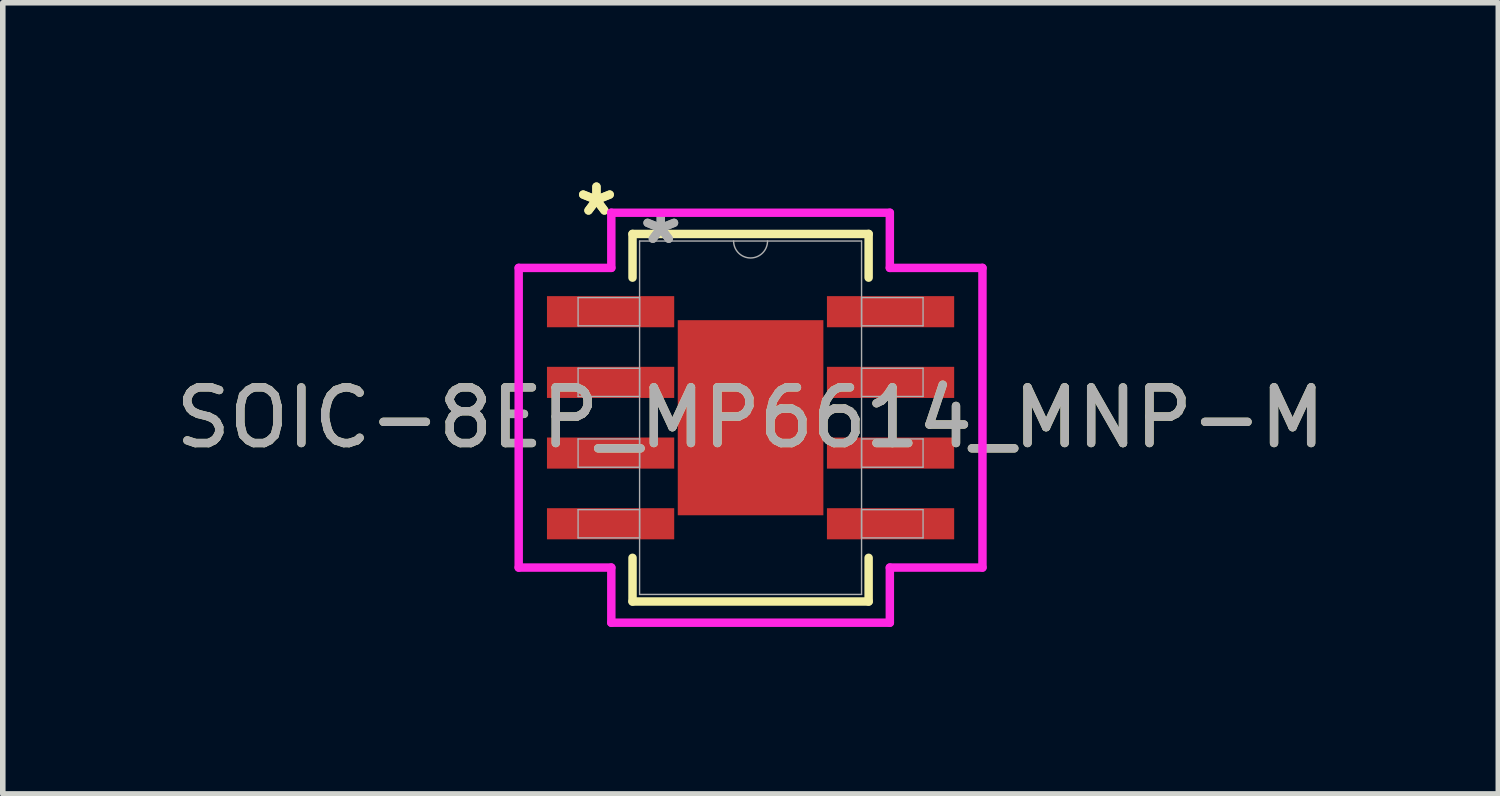
<source format=kicad_pcb>
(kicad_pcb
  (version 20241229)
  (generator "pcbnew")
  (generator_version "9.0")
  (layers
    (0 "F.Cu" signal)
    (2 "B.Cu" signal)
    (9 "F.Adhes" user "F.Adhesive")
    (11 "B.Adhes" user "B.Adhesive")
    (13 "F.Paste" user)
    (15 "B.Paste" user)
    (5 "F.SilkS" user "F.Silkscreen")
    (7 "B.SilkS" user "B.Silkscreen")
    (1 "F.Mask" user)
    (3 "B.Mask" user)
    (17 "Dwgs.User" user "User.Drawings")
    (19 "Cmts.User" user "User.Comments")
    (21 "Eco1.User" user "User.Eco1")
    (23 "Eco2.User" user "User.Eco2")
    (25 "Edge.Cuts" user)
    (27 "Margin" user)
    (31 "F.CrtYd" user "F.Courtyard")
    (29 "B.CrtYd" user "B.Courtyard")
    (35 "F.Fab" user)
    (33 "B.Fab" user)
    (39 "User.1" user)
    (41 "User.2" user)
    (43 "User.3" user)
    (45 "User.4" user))
  (footprint "SOIC-8EP_MP6614_MNP-M"
    (layer "F.Cu")
    (at 10.435 4.455)
    (property "Reference" "SOIC-8EP_MP6614_MNP-M" (at 0 0 0) (unlocked yes) (layer "F.SilkS") (effects (font (size 1 1) (thickness 0.15))))
    (attr smd)
    (fp_line (start -2.121 -3.302) (end -2.121 -2.517) (stroke (width 0.152) (type solid)) (layer "F.SilkS"))
    (fp_line (start -2.121 2.517) (end -2.121 3.302) (stroke (width 0.152) (type solid)) (layer "F.SilkS"))
    (fp_line (start -2.121 3.302) (end 2.121 3.302) (stroke (width 0.152) (type solid)) (layer "F.SilkS"))
    (fp_line (start 2.121 -3.302) (end -2.121 -3.302) (stroke (width 0.152) (type solid)) (layer "F.SilkS"))
    (fp_line (start 2.121 -2.517) (end 2.121 -3.302) (stroke (width 0.152) (type solid)) (layer "F.SilkS"))
    (fp_line (start 2.121 3.302) (end 2.121 2.517) (stroke (width 0.152) (type solid)) (layer "F.SilkS"))
    (fp_poly (pts (xy -1.208 -1.653) (xy -1.208 -0.1) (xy -0.1 -0.1) (xy -0.1 -1.653)) (stroke (width 0) (type solid)) (fill yes) (layer "F.Paste"))
    (fp_poly (pts (xy -1.208 0.1) (xy -1.208 1.653) (xy -0.1 1.653) (xy -0.1 0.1)) (stroke (width 0) (type solid)) (fill yes) (layer "F.Paste"))
    (fp_poly (pts (xy 0.1 -1.653) (xy 0.1 -0.1) (xy 1.208 -0.1) (xy 1.208 -1.653)) (stroke (width 0) (type solid)) (fill yes) (layer "F.Paste"))
    (fp_poly (pts (xy 0.1 0.1) (xy 0.1 1.653) (xy 1.208 1.653) (xy 1.208 0.1)) (stroke (width 0) (type solid)) (fill yes) (layer "F.Paste"))
    (fp_line (start -4.166 -2.692) (end -2.502 -2.692) (stroke (width 0.152) (type solid)) (layer "F.CrtYd"))
    (fp_line (start -4.166 2.692) (end -4.166 -2.692) (stroke (width 0.152) (type solid)) (layer "F.CrtYd"))
    (fp_line (start -4.166 2.692) (end -2.502 2.692) (stroke (width 0.152) (type solid)) (layer "F.CrtYd"))
    (fp_line (start -2.502 -3.683) (end 2.502 -3.683) (stroke (width 0.152) (type solid)) (layer "F.CrtYd"))
    (fp_line (start -2.502 -2.692) (end -2.502 -3.683) (stroke (width 0.152) (type solid)) (layer "F.CrtYd"))
    (fp_line (start -2.502 3.683) (end -2.502 2.692) (stroke (width 0.152) (type solid)) (layer "F.CrtYd"))
    (fp_line (start 2.502 -3.683) (end 2.502 -2.692) (stroke (width 0.152) (type solid)) (layer "F.CrtYd"))
    (fp_line (start 2.502 2.692) (end 2.502 3.683) (stroke (width 0.152) (type solid)) (layer "F.CrtYd"))
    (fp_line (start 2.502 3.683) (end -2.502 3.683) (stroke (width 0.152) (type solid)) (layer "F.CrtYd"))
    (fp_line (start 4.166 -2.692) (end 2.502 -2.692) (stroke (width 0.152) (type solid)) (layer "F.CrtYd"))
    (fp_line (start 4.166 -2.692) (end 4.166 2.692) (stroke (width 0.152) (type solid)) (layer "F.CrtYd"))
    (fp_line (start 4.166 2.692) (end 2.502 2.692) (stroke (width 0.152) (type solid)) (layer "F.CrtYd"))
    (fp_line (start -3.099 -2.159) (end -3.099 -1.651) (stroke (width 0.025) (type solid)) (layer "F.Fab"))
    (fp_line (start -3.099 -1.651) (end -1.994 -1.651) (stroke (width 0.025) (type solid)) (layer "F.Fab"))
    (fp_line (start -3.099 -0.889) (end -3.099 -0.381) (stroke (width 0.025) (type solid)) (layer "F.Fab"))
    (fp_line (start -3.099 -0.381) (end -1.994 -0.381) (stroke (width 0.025) (type solid)) (layer "F.Fab"))
    (fp_line (start -3.099 0.381) (end -3.099 0.889) (stroke (width 0.025) (type solid)) (layer "F.Fab"))
    (fp_line (start -3.099 0.889) (end -1.994 0.889) (stroke (width 0.025) (type solid)) (layer "F.Fab"))
    (fp_line (start -3.099 1.651) (end -3.099 2.159) (stroke (width 0.025) (type solid)) (layer "F.Fab"))
    (fp_line (start -3.099 2.159) (end -1.994 2.159) (stroke (width 0.025) (type solid)) (layer "F.Fab"))
    (fp_line (start -1.994 -3.175) (end -1.994 3.175) (stroke (width 0.025) (type solid)) (layer "F.Fab"))
    (fp_line (start -1.994 -2.159) (end -3.099 -2.159) (stroke (width 0.025) (type solid)) (layer "F.Fab"))
    (fp_line (start -1.994 -1.651) (end -1.994 -2.159) (stroke (width 0.025) (type solid)) (layer "F.Fab"))
    (fp_line (start -1.994 -0.889) (end -3.099 -0.889) (stroke (width 0.025) (type solid)) (layer "F.Fab"))
    (fp_line (start -1.994 -0.381) (end -1.994 -0.889) (stroke (width 0.025) (type solid)) (layer "F.Fab"))
    (fp_line (start -1.994 0.381) (end -3.099 0.381) (stroke (width 0.025) (type solid)) (layer "F.Fab"))
    (fp_line (start -1.994 0.889) (end -1.994 0.381) (stroke (width 0.025) (type solid)) (layer "F.Fab"))
    (fp_line (start -1.994 1.651) (end -3.099 1.651) (stroke (width 0.025) (type solid)) (layer "F.Fab"))
    (fp_line (start -1.994 2.159) (end -1.994 1.651) (stroke (width 0.025) (type solid)) (layer "F.Fab"))
    (fp_line (start -1.994 3.175) (end 1.994 3.175) (stroke (width 0.025) (type solid)) (layer "F.Fab"))
    (fp_line (start 1.994 -3.175) (end -1.994 -3.175) (stroke (width 0.025) (type solid)) (layer "F.Fab"))
    (fp_line (start 1.994 -2.159) (end 1.994 -1.651) (stroke (width 0.025) (type solid)) (layer "F.Fab"))
    (fp_line (start 1.994 -1.651) (end 3.099 -1.651) (stroke (width 0.025) (type solid)) (layer "F.Fab"))
    (fp_line (start 1.994 -0.889) (end 1.994 -0.381) (stroke (width 0.025) (type solid)) (layer "F.Fab"))
    (fp_line (start 1.994 -0.381) (end 3.099 -0.381) (stroke (width 0.025) (type solid)) (layer "F.Fab"))
    (fp_line (start 1.994 0.381) (end 1.994 0.889) (stroke (width 0.025) (type solid)) (layer "F.Fab"))
    (fp_line (start 1.994 0.889) (end 3.099 0.889) (stroke (width 0.025) (type solid)) (layer "F.Fab"))
    (fp_line (start 1.994 1.651) (end 1.994 2.159) (stroke (width 0.025) (type solid)) (layer "F.Fab"))
    (fp_line (start 1.994 2.159) (end 3.099 2.159) (stroke (width 0.025) (type solid)) (layer "F.Fab"))
    (fp_line (start 1.994 3.175) (end 1.994 -3.175) (stroke (width 0.025) (type solid)) (layer "F.Fab"))
    (fp_line (start 3.099 -2.159) (end 1.994 -2.159) (stroke (width 0.025) (type solid)) (layer "F.Fab"))
    (fp_line (start 3.099 -1.651) (end 3.099 -2.159) (stroke (width 0.025) (type solid)) (layer "F.Fab"))
    (fp_line (start 3.099 -0.889) (end 1.994 -0.889) (stroke (width 0.025) (type solid)) (layer "F.Fab"))
    (fp_line (start 3.099 -0.381) (end 3.099 -0.889) (stroke (width 0.025) (type solid)) (layer "F.Fab"))
    (fp_line (start 3.099 0.381) (end 1.994 0.381) (stroke (width 0.025) (type solid)) (layer "F.Fab"))
    (fp_line (start 3.099 0.889) (end 3.099 0.381) (stroke (width 0.025) (type solid)) (layer "F.Fab"))
    (fp_line (start 3.099 1.651) (end 1.994 1.651) (stroke (width 0.025) (type solid)) (layer "F.Fab"))
    (fp_line (start 3.099 2.159) (end 3.099 1.651) (stroke (width 0.025) (type solid)) (layer "F.Fab"))
    (fp_arc (start 0.3048 -3.175) (mid 0 -2.8702) (end -0.3048 -3.175) (stroke (width 0.0254) (type solid)) (layer "F.Fab"))
    (fp_text user "*" (at -2.769 -3.607 0) (unlocked yes) (layer "F.SilkS") (effects (font (size 1 1) (thickness 0.15))))
    (fp_text user "*" (at -2.769 -3.607 0) (layer "F.SilkS") (effects (font (size 1 1) (thickness 0.15))))
    (fp_text user "*" (at -1.613 -3.099 0) (layer "F.Fab") (effects (font (size 1 1) (thickness 0.15))))
    (fp_text user "${REFERENCE}" (at 0 0 0) (unlocked yes) (layer "F.Fab") (effects (font (size 1 1) (thickness 0.15))))
    (fp_text user "*" (at -1.613 -3.099 0) (unlocked yes) (layer "F.Fab") (effects (font (size 1 1) (thickness 0.15))))
    (pad "1" smd rect (at -2.515 -1.905) (size 2.286 0.559) (layers "F.Cu" "F.Mask" "F.Paste"))
    (pad "2" smd rect (at -2.515 -0.635) (size 2.286 0.559) (layers "F.Cu" "F.Mask" "F.Paste"))
    (pad "3" smd rect (at -2.515 0.635) (size 2.286 0.559) (layers "F.Cu" "F.Mask" "F.Paste"))
    (pad "4" smd rect (at -2.515 1.905) (size 2.286 0.559) (layers "F.Cu" "F.Mask" "F.Paste"))
    (pad "5" smd rect (at 2.515 1.905) (size 2.286 0.559) (layers "F.Cu" "F.Mask" "F.Paste"))
    (pad "6" smd rect (at 2.515 0.635) (size 2.286 0.559) (layers "F.Cu" "F.Mask" "F.Paste"))
    (pad "7" smd rect (at 2.515 -0.635) (size 2.286 0.559) (layers "F.Cu" "F.Mask" "F.Paste"))
    (pad "8" smd rect (at 2.515 -1.905) (size 2.286 0.559) (layers "F.Cu" "F.Mask" "F.Paste"))
    (pad "9" smd rect (at 0 0) (size 2.616 3.505) (layers "F.Cu" "F.Mask")))
  (gr_rect
    (start -3 -3)
    (end 23.869 11.214)
    (stroke (width 0.1) (type default))
    (fill no)
    (layer "Edge.Cuts")))
</source>
